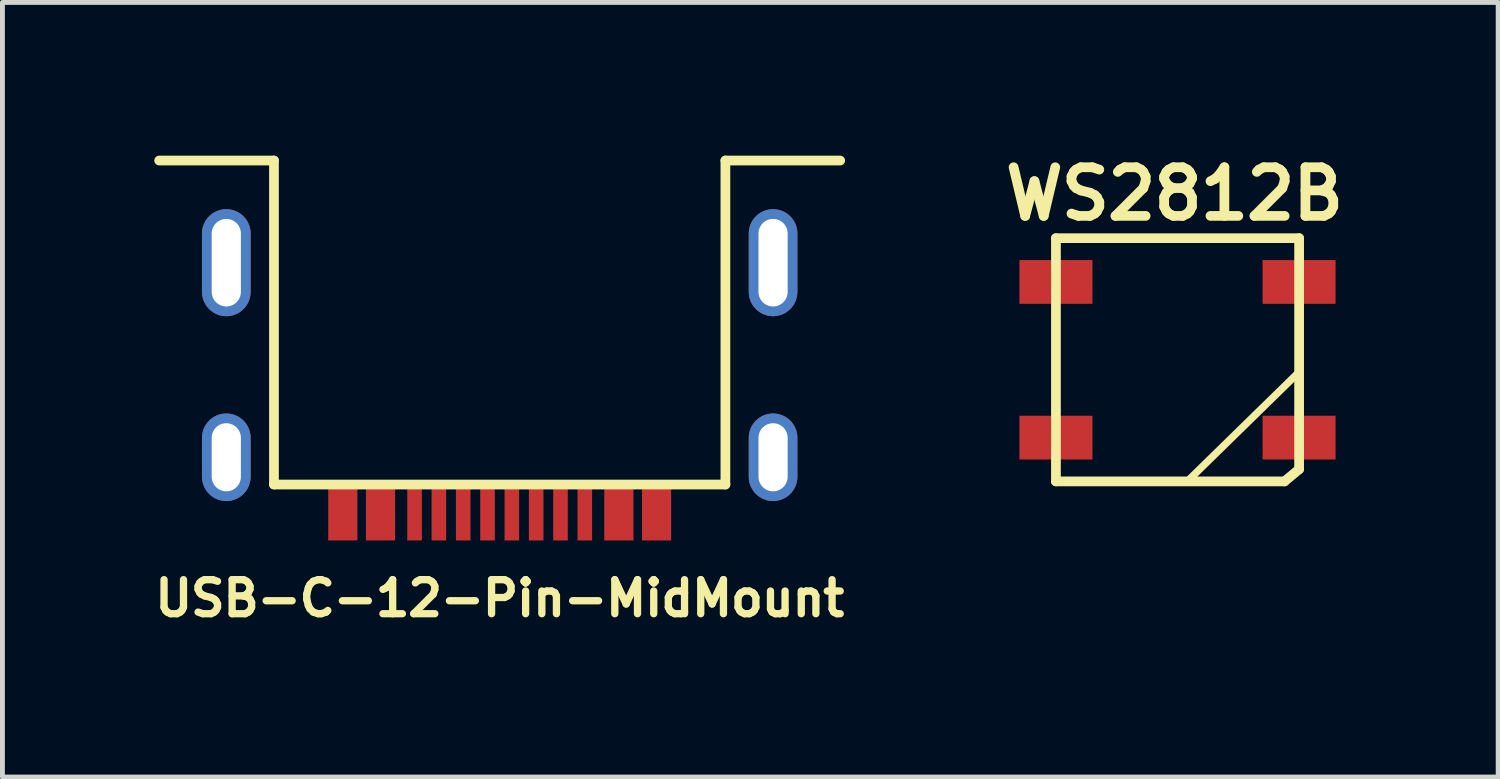
<source format=kicad_pcb>
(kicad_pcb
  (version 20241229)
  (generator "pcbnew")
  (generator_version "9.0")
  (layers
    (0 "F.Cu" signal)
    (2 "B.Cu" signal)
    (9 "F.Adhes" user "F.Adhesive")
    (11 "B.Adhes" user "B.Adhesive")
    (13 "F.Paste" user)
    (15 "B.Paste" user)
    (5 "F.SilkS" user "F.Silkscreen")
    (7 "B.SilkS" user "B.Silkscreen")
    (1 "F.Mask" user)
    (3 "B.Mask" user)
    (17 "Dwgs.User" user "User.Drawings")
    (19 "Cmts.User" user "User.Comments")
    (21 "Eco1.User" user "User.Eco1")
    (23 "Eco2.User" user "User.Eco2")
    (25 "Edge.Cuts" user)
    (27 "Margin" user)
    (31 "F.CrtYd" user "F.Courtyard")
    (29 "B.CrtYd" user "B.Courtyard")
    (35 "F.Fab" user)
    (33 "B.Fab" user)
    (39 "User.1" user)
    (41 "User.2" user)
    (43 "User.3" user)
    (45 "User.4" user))
  (footprint "WS2812B"
    (layer "F.Cu")
    (at 21.156 4.346)
    (property "Reference" "WS2812B" (at -0.06 -3.41 0) (layer "F.SilkS") (effects (font (size 1 1) (thickness 0.2))))
    (attr smd)
    (fp_line (start -2.5 -2.5) (end 2.5 -2.5) (stroke (width 0.2) (type solid)) (layer "F.SilkS"))
    (fp_line (start -2.499 2.499) (end -2.499 -2.499) (stroke (width 0.2) (type solid)) (layer "F.SilkS"))
    (fp_line (start 0.2 2.5) (end 2.5 0.25) (stroke (width 0.15) (type solid)) (layer "F.SilkS"))
    (fp_line (start 2.2 2.5) (end -2.5 2.5) (stroke (width 0.2) (type solid)) (layer "F.SilkS"))
    (fp_line (start 2.2 2.5) (end 2.5 2.25) (stroke (width 0.2) (type solid)) (layer "F.SilkS"))
    (fp_line (start 2.5 2.25) (end 2.5 -2.5) (stroke (width 0.2) (type solid)) (layer "F.SilkS"))
    (pad "1" smd rect (at -2.499 -1.6 90) (size 0.899 1.501) (layers "F.Cu" "F.Mask" "F.Paste"))
    (pad "2" smd rect (at -2.499 1.6 90) (size 0.899 1.501) (layers "F.Cu" "F.Mask" "F.Paste"))
    (pad "3" smd rect (at 2.499 1.6 90) (size 0.899 1.501) (layers "F.Cu" "F.Mask" "F.Paste"))
    (pad "4" smd rect (at 2.499 -1.6 90) (size 0.899 1.501) (layers "F.Cu" "F.Mask" "F.Paste")))
  (footprint "USB-C-12-Pin-MidMount"
    (layer "F.Cu")
    (at 7.222 0.25)
    (property "Reference" "USB-C-12-Pin-MidMount" (at 0 9 0) (layer "F.SilkS") (effects (font (size 0.7 0.7) (thickness 0.15))))
    (attr through_hole)
    (fp_line (start -7 0) (end -4.64 0) (stroke (width 0.2) (type solid)) (layer "F.SilkS"))
    (fp_line (start -4.64 6.66) (end -4.64 0) (stroke (width 0.2) (type solid)) (layer "F.SilkS"))
    (fp_line (start -4.64 6.66) (end 4.64 6.66) (stroke (width 0.2) (type solid)) (layer "F.SilkS"))
    (fp_line (start 4.64 6.66) (end 4.64 0) (stroke (width 0.2) (type solid)) (layer "F.SilkS"))
    (fp_line (start 7 0) (end 4.64 0) (stroke (width 0.2) (type solid)) (layer "F.SilkS"))
    (pad "1" smd rect (at 3.225 7.235) (size 0.6 1.15) (layers "F.Cu" "F.Mask" "F.Paste"))
    (pad "2" smd rect (at 2.45 7.235) (size 0.6 1.15) (layers "F.Cu" "F.Mask" "F.Paste"))
    (pad "3" smd rect (at 1.75 7.235) (size 0.3 1.15) (layers "F.Cu" "F.Mask" "F.Paste"))
    (pad "4" smd rect (at 1.25 7.235) (size 0.3 1.15) (layers "F.Cu" "F.Mask" "F.Paste"))
    (pad "5" smd rect (at 0.75 7.235) (size 0.3 1.15) (layers "F.Cu" "F.Mask" "F.Paste"))
    (pad "6" smd rect (at 0.25 7.235) (size 0.3 1.15) (layers "F.Cu" "F.Mask" "F.Paste"))
    (pad "7" smd rect (at -0.25 7.235) (size 0.3 1.15) (layers "F.Cu" "F.Mask" "F.Paste"))
    (pad "8" smd rect (at -0.75 7.235) (size 0.3 1.15) (layers "F.Cu" "F.Mask" "F.Paste"))
    (pad "9" smd rect (at -1.25 7.235) (size 0.3 1.15) (layers "F.Cu" "F.Mask" "F.Paste"))
    (pad "10" smd rect (at -1.75 7.235) (size 0.3 1.15) (layers "F.Cu" "F.Mask" "F.Paste"))
    (pad "11" smd rect (at -2.45 7.235) (size 0.6 1.15) (layers "F.Cu" "F.Mask" "F.Paste"))
    (pad "12" smd rect (at -3.225 7.235) (size 0.6 1.15) (layers "F.Cu" "F.Mask" "F.Paste"))
    (pad "13" thru_hole oval (at -5.62 2.1) (size 1 2.2) (drill oval 0.6 1.8) (layers "*.Cu" "*.Mask"))
    (pad "13" thru_hole oval (at -5.62 6.1) (size 1 1.8) (drill oval 0.6 1.4) (layers "*.Cu" "*.Mask"))
    (pad "13" thru_hole oval (at 5.62 2.1) (size 1 2.2) (drill oval 0.6 1.8) (layers "*.Cu" "*.Mask"))
    (pad "13" thru_hole oval (at 5.62 6.1) (size 1 1.8) (drill oval 0.6 1.4) (layers "*.Cu" "*.Mask")))
  (gr_rect
    (start -3 -3)
    (end 27.748 12.923)
    (stroke (width 0.1) (type default))
    (fill no)
    (layer "Edge.Cuts")))
</source>
